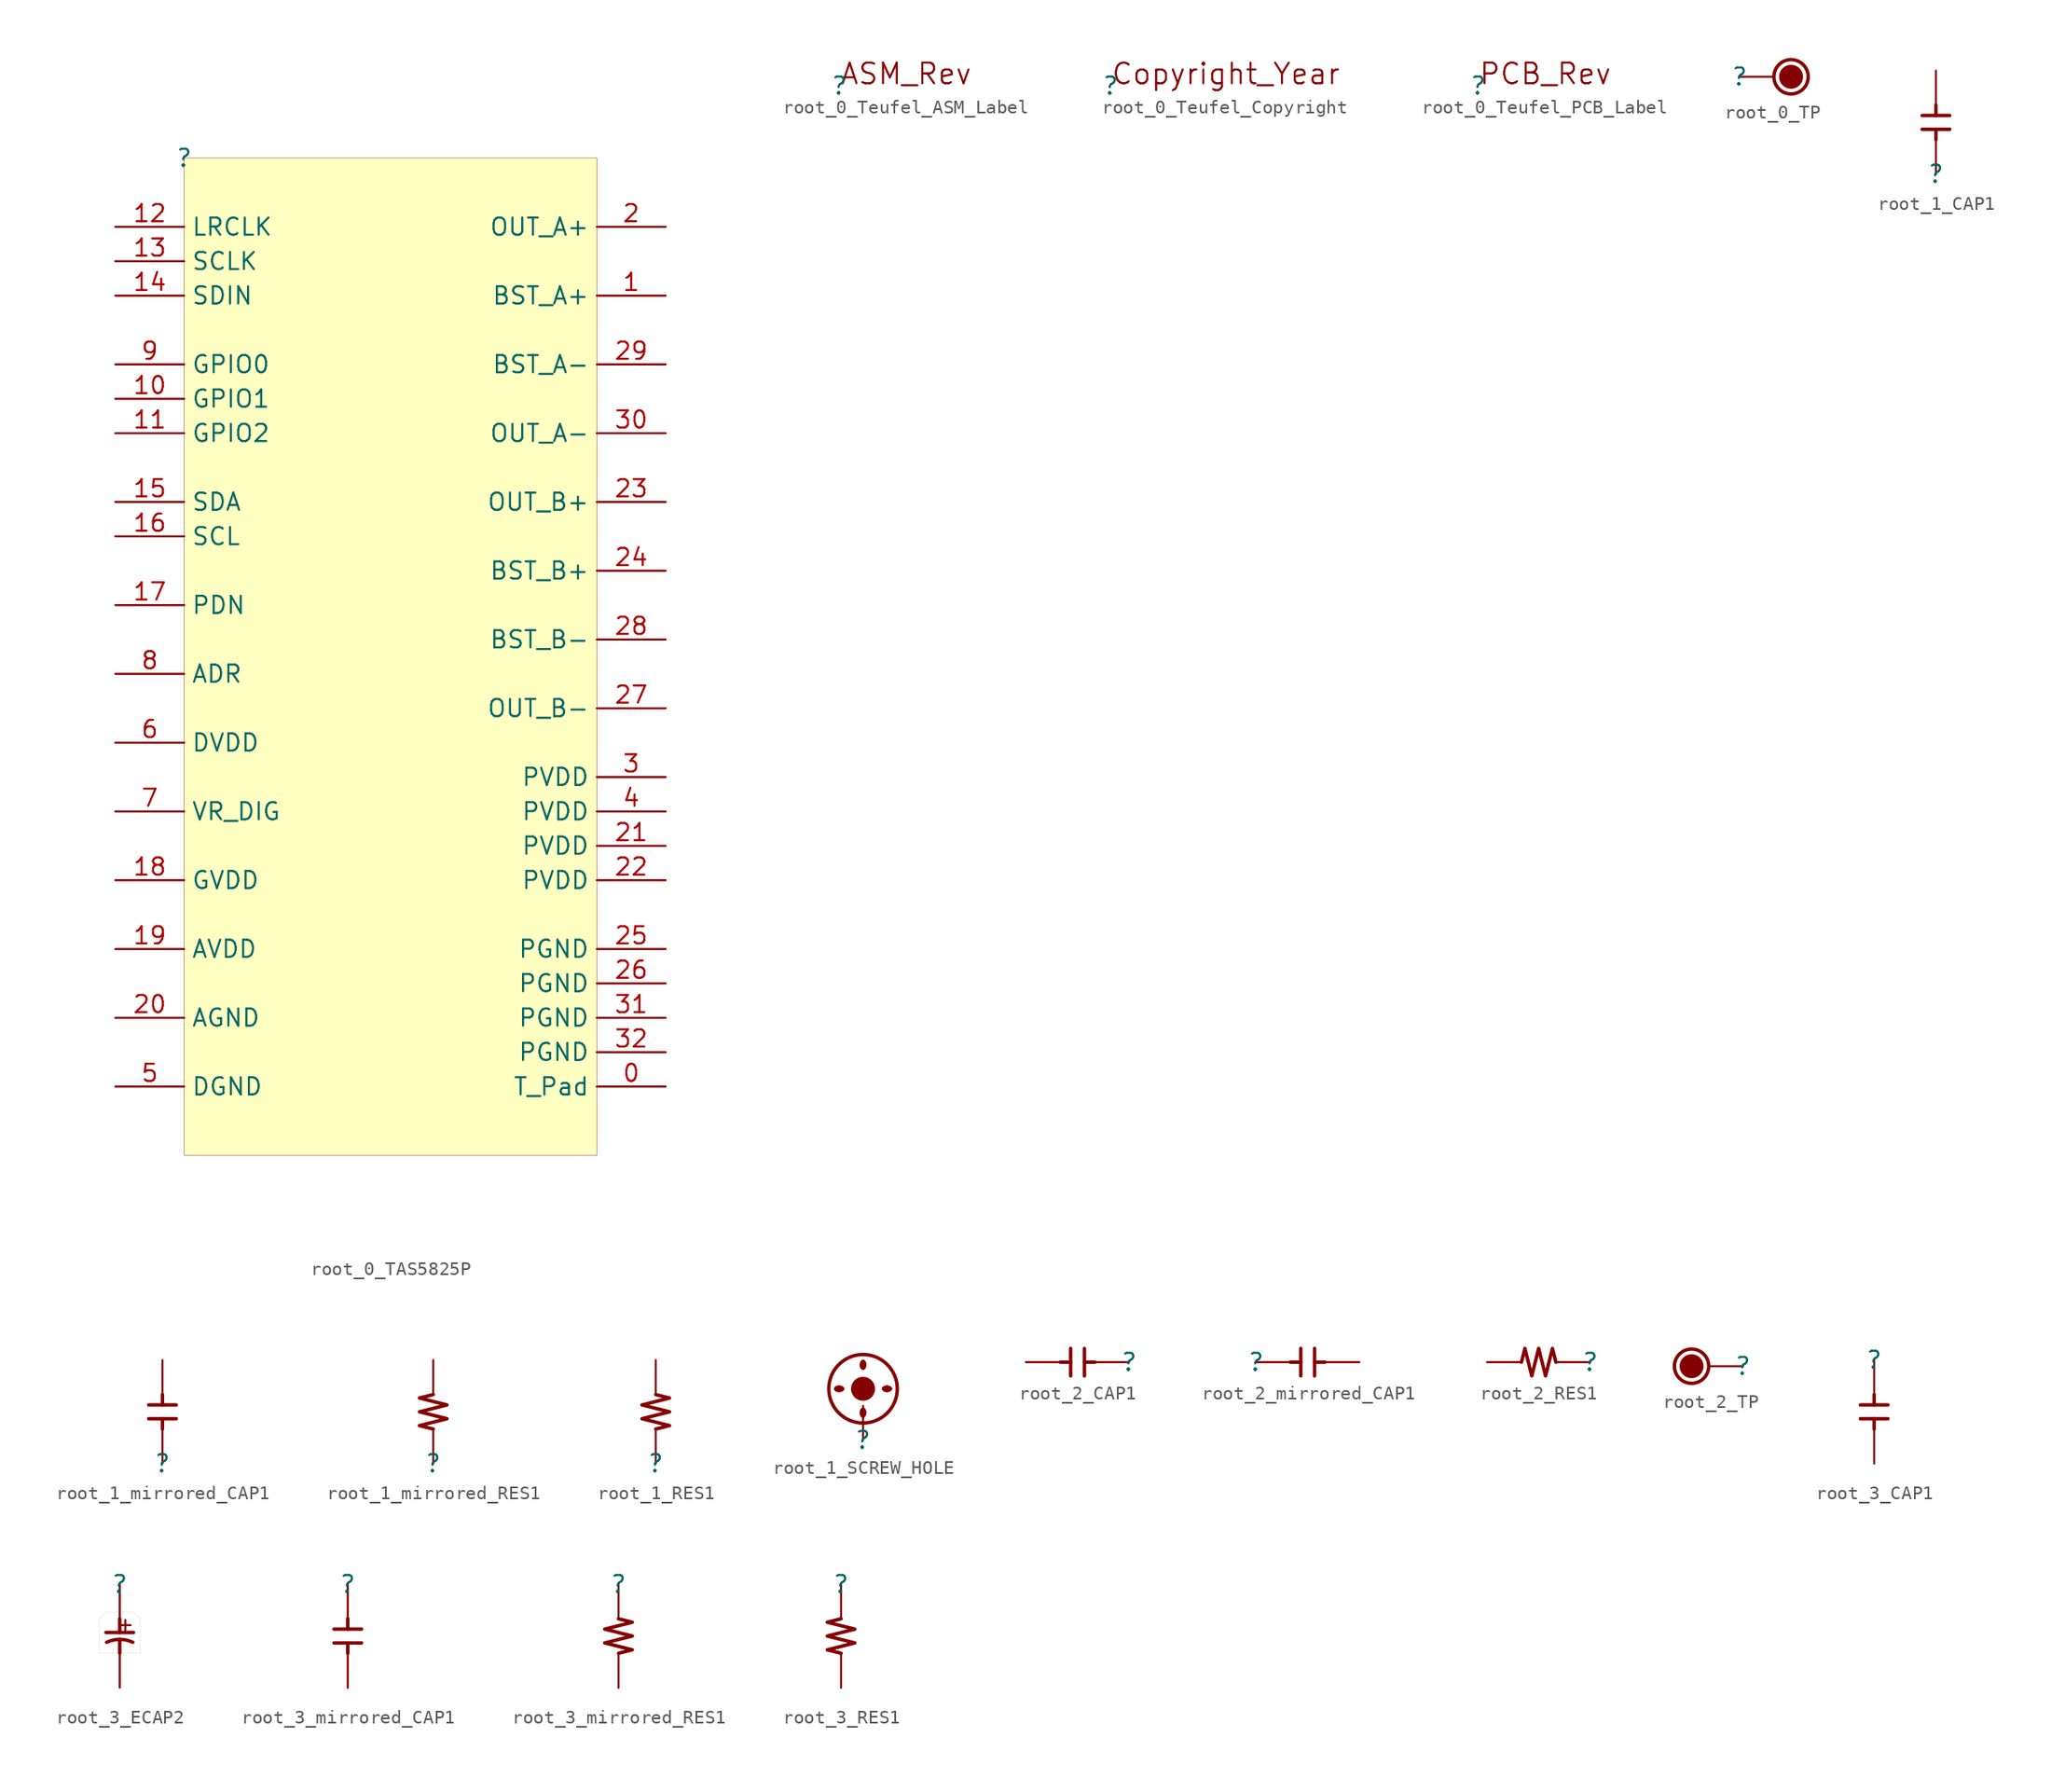
<source format=kicad_sym>
(kicad_symbol_lib
  (version 20231120)
  (generator "kicad_symbol_editor")
  (generator_version "8.0")
  (symbol "root_0_TAS5825P"
    (property "Reference" ""
      (at 0 0 0)
      (effects (font (size 1.27 1.27))))
    (property "Value" ""
      (at 0 0 0)
      (effects (font (size 1.27 1.27))))
    (symbol "root_0_TAS5825P_1_0"
      (rectangle (start 30.48 0) (end 0 -73.66) (stroke (width 0.025) (type solid) (color 128 0 0 1)) (fill (type background)))
      (pin passive line (at 35.56 -68.58 180) (length 5.08) (name "T_Pad" (effects (font (size 1.27 1.27)))) (number "0" (effects (font (size 1.27 1.27)))))
      (pin passive line (at 35.56 -10.16 180) (length 5.08) (name "BST_A+" (effects (font (size 1.27 1.27)))) (number "1" (effects (font (size 1.27 1.27)))))
      (pin passive line (at -5.08 -17.78 0) (length 5.08) (name "GPIO1" (effects (font (size 1.27 1.27)))) (number "10" (effects (font (size 1.27 1.27)))))
      (pin passive line (at -5.08 -20.32 0) (length 5.08) (name "GPIO2" (effects (font (size 1.27 1.27)))) (number "11" (effects (font (size 1.27 1.27)))))
      (pin passive line (at -5.08 -5.08 0) (length 5.08) (name "LRCLK" (effects (font (size 1.27 1.27)))) (number "12" (effects (font (size 1.27 1.27)))))
      (pin passive line (at -5.08 -7.62 0) (length 5.08) (name "SCLK" (effects (font (size 1.27 1.27)))) (number "13" (effects (font (size 1.27 1.27)))))
      (pin passive line (at -5.08 -10.16 0) (length 5.08) (name "SDIN" (effects (font (size 1.27 1.27)))) (number "14" (effects (font (size 1.27 1.27)))))
      (pin passive line (at -5.08 -25.4 0) (length 5.08) (name "SDA" (effects (font (size 1.27 1.27)))) (number "15" (effects (font (size 1.27 1.27)))))
      (pin passive line (at -5.08 -27.94 0) (length 5.08) (name "SCL" (effects (font (size 1.27 1.27)))) (number "16" (effects (font (size 1.27 1.27)))))
      (pin passive line (at -5.08 -33.02 0) (length 5.08) (name "PDN" (effects (font (size 1.27 1.27)))) (number "17" (effects (font (size 1.27 1.27)))))
      (pin passive line (at -5.08 -53.34 0) (length 5.08) (name "GVDD" (effects (font (size 1.27 1.27)))) (number "18" (effects (font (size 1.27 1.27)))))
      (pin passive line (at -5.08 -58.42 0) (length 5.08) (name "AVDD" (effects (font (size 1.27 1.27)))) (number "19" (effects (font (size 1.27 1.27)))))
      (pin passive line (at 35.56 -5.08 180) (length 5.08) (name "OUT_A+" (effects (font (size 1.27 1.27)))) (number "2" (effects (font (size 1.27 1.27)))))
      (pin passive line (at -5.08 -63.5 0) (length 5.08) (name "AGND" (effects (font (size 1.27 1.27)))) (number "20" (effects (font (size 1.27 1.27)))))
      (pin passive line (at 35.56 -50.8 180) (length 5.08) (name "PVDD" (effects (font (size 1.27 1.27)))) (number "21" (effects (font (size 1.27 1.27)))))
      (pin passive line (at 35.56 -53.34 180) (length 5.08) (name "PVDD" (effects (font (size 1.27 1.27)))) (number "22" (effects (font (size 1.27 1.27)))))
      (pin passive line (at 35.56 -25.4 180) (length 5.08) (name "OUT_B+" (effects (font (size 1.27 1.27)))) (number "23" (effects (font (size 1.27 1.27)))))
      (pin passive line (at 35.56 -30.48 180) (length 5.08) (name "BST_B+" (effects (font (size 1.27 1.27)))) (number "24" (effects (font (size 1.27 1.27)))))
      (pin passive line (at 35.56 -58.42 180) (length 5.08) (name "PGND" (effects (font (size 1.27 1.27)))) (number "25" (effects (font (size 1.27 1.27)))))
      (pin passive line (at 35.56 -60.96 180) (length 5.08) (name "PGND" (effects (font (size 1.27 1.27)))) (number "26" (effects (font (size 1.27 1.27)))))
      (pin passive line (at 35.56 -40.64 180) (length 5.08) (name "OUT_B-" (effects (font (size 1.27 1.27)))) (number "27" (effects (font (size 1.27 1.27)))))
      (pin passive line (at 35.56 -35.56 180) (length 5.08) (name "BST_B-" (effects (font (size 1.27 1.27)))) (number "28" (effects (font (size 1.27 1.27)))))
      (pin passive line (at 35.56 -15.24 180) (length 5.08) (name "BST_A-" (effects (font (size 1.27 1.27)))) (number "29" (effects (font (size 1.27 1.27)))))
      (pin passive line (at 35.56 -45.72 180) (length 5.08) (name "PVDD" (effects (font (size 1.27 1.27)))) (number "3" (effects (font (size 1.27 1.27)))))
      (pin passive line (at 35.56 -20.32 180) (length 5.08) (name "OUT_A-" (effects (font (size 1.27 1.27)))) (number "30" (effects (font (size 1.27 1.27)))))
      (pin passive line (at 35.56 -63.5 180) (length 5.08) (name "PGND" (effects (font (size 1.27 1.27)))) (number "31" (effects (font (size 1.27 1.27)))))
      (pin passive line (at 35.56 -66.04 180) (length 5.08) (name "PGND" (effects (font (size 1.27 1.27)))) (number "32" (effects (font (size 1.27 1.27)))))
      (pin passive line (at 35.56 -48.26 180) (length 5.08) (name "PVDD" (effects (font (size 1.27 1.27)))) (number "4" (effects (font (size 1.27 1.27)))))
      (pin passive line (at -5.08 -68.58 0) (length 5.08) (name "DGND" (effects (font (size 1.27 1.27)))) (number "5" (effects (font (size 1.27 1.27)))))
      (pin passive line (at -5.08 -43.18 0) (length 5.08) (name "DVDD" (effects (font (size 1.27 1.27)))) (number "6" (effects (font (size 1.27 1.27)))))
      (pin passive line (at -5.08 -48.26 0) (length 5.08) (name "VR_DIG" (effects (font (size 1.27 1.27)))) (number "7" (effects (font (size 1.27 1.27)))))
      (pin passive line (at -5.08 -38.1 0) (length 5.08) (name "ADR" (effects (font (size 1.27 1.27)))) (number "8" (effects (font (size 1.27 1.27)))))
      (pin passive line (at -5.08 -15.24 0) (length 5.08) (name "GPIO0" (effects (font (size 1.27 1.27)))) (number "9" (effects (font (size 1.27 1.27)))))))
  (symbol "root_0_Teufel_ASM_Label"
    (property "Reference" ""
      (at 0 0 0)
      (effects (font (size 1.27 1.27))))
    (property "Value" ""
      (at 0 0 0)
      (effects (font (size 1.27 1.27))))
    (symbol "root_0_Teufel_ASM_Label_1_0"
      (text "ASM_Rev" (at 0 0 0) (effects (font (size 1.524 1.524)) (justify left bottom)))))
  (symbol "root_0_Teufel_Copyright"
    (property "Reference" ""
      (at 0 0 0)
      (effects (font (size 1.27 1.27))))
    (property "Value" ""
      (at 0 0 0)
      (effects (font (size 1.27 1.27))))
    (symbol "root_0_Teufel_Copyright_1_0"
      (text "Copyright_Year" (at 0 0 0) (effects (font (size 1.524 1.524)) (justify left bottom)))))
  (symbol "root_0_Teufel_PCB_Label"
    (property "Reference" ""
      (at 0 0 0)
      (effects (font (size 1.27 1.27))))
    (property "Value" ""
      (at 0 0 0)
      (effects (font (size 1.27 1.27))))
    (symbol "root_0_Teufel_PCB_Label_1_0"
      (text "PCB_Rev" (at 0 0 0) (effects (font (size 1.524 1.524)) (justify left bottom)))))
  (symbol "root_0_TP"
    (property "Reference" ""
      (at 0 0 0)
      (effects (font (size 1.27 1.27))))
    (property "Value" ""
      (at 0 0 0)
      (effects (font (size 1.27 1.27))))
    (symbol "root_0_TP_1_0"
      (circle (center 3.81 0) (radius 0.762) (stroke (width 0.254) (type solid)) (fill (type outline)))
      (circle (center 3.81 0) (radius 1.27) (stroke (width 0.254) (type solid)) (fill (type none)))
      (pin passive line (at 0 0 0) (length 2.54) (name "1" (effects (font (size 0 0)))) (number "1" (effects (font (size 0 0)))))))
  (symbol "root_1_CAP1"
    (property "Reference" ""
      (at 0 0 0)
      (effects (font (size 1.27 1.27))))
    (property "Value" ""
      (at 0 0 0)
      (effects (font (size 1.27 1.27))))
    (symbol "root_1_CAP1_1_0"
      (polyline (pts (xy -1.016 3.302) (xy 1.016 3.302)) (stroke (width 0.254) (type solid)) (fill (type none)))
      (polyline (pts (xy -1.016 4.318) (xy 1.016 4.318)) (stroke (width 0.254) (type solid)) (fill (type none)))
      (polyline (pts (xy 0 2.54) (xy 0 3.302)) (stroke (width 0.254) (type solid)) (fill (type none)))
      (polyline (pts (xy 0 5.08) (xy 0 4.318)) (stroke (width 0.254) (type solid)) (fill (type none)))
      (pin passive line (at 0 0 90) (length 2.54) (name "1" (effects (font (size 0 0)))) (number "1" (effects (font (size 0 0)))))
      (pin passive line (at 0 7.62 270) (length 2.54) (name "2" (effects (font (size 0 0)))) (number "2" (effects (font (size 0 0)))))))
  (symbol "root_1_mirrored_CAP1"
    (property "Reference" ""
      (at 0 0 0)
      (effects (font (size 1.27 1.27))))
    (property "Value" ""
      (at 0 0 0)
      (effects (font (size 1.27 1.27))))
    (symbol "root_1_mirrored_CAP1_1_0"
      (polyline (pts (xy 0 2.54) (xy 0 3.302)) (stroke (width 0.254) (type solid)) (fill (type none)))
      (polyline (pts (xy 0 5.08) (xy 0 4.318)) (stroke (width 0.254) (type solid)) (fill (type none)))
      (polyline (pts (xy 1.016 3.302) (xy -1.016 3.302)) (stroke (width 0.254) (type solid)) (fill (type none)))
      (polyline (pts (xy 1.016 4.318) (xy -1.016 4.318)) (stroke (width 0.254) (type solid)) (fill (type none)))
      (pin passive line (at 0 0 90) (length 2.54) (name "1" (effects (font (size 0 0)))) (number "1" (effects (font (size 0 0)))))
      (pin passive line (at 0 7.62 270) (length 2.54) (name "2" (effects (font (size 0 0)))) (number "2" (effects (font (size 0 0)))))))
  (symbol "root_1_mirrored_RES1"
    (property "Reference" ""
      (at 0 0 0)
      (effects (font (size 1.27 1.27))))
    (property "Value" ""
      (at 0 0 0)
      (effects (font (size 1.27 1.27))))
    (symbol "root_1_mirrored_RES1_1_0"
      (polyline (pts (xy 0 2.54) (xy -1.016 2.794) (xy 1.016 3.302) (xy -1.016 3.81) (xy 1.016 4.318) (xy -1.016 4.826) (xy 0 5.08)) (stroke (width 0.254) (type solid)) (fill (type none)))
      (pin passive line (at 0 0 90) (length 2.54) (name "1" (effects (font (size 0 0)))) (number "1" (effects (font (size 0 0)))))
      (pin passive line (at 0 7.62 270) (length 2.54) (name "2" (effects (font (size 0 0)))) (number "2" (effects (font (size 0 0)))))))
  (symbol "root_1_RES1"
    (property "Reference" ""
      (at 0 0 0)
      (effects (font (size 1.27 1.27))))
    (property "Value" ""
      (at 0 0 0)
      (effects (font (size 1.27 1.27))))
    (symbol "root_1_RES1_1_0"
      (polyline (pts (xy 0 2.54) (xy 1.016 2.794) (xy -1.016 3.302) (xy 1.016 3.81) (xy -1.016 4.318) (xy 1.016 4.826) (xy 0 5.08)) (stroke (width 0.254) (type solid)) (fill (type none)))
      (pin passive line (at 0 0 90) (length 2.54) (name "1" (effects (font (size 0 0)))) (number "1" (effects (font (size 0 0)))))
      (pin passive line (at 0 7.62 270) (length 2.54) (name "2" (effects (font (size 0 0)))) (number "2" (effects (font (size 0 0)))))))
  (symbol "root_1_SCREW_HOLE"
    (property "Reference" ""
      (at 0 0 0)
      (effects (font (size 1.27 1.27))))
    (property "Value" ""
      (at 0 0 0)
      (effects (font (size 1.27 1.27))))
    (symbol "root_1_SCREW_HOLE_1_0"
      (bezier (pts (xy -2.032 3.81) (xy -2.032 3.74) (xy -1.918 3.683) (xy -1.778 3.683)) (stroke (width 0.254) (type solid)) (fill (type outline)))
      (bezier (pts (xy -1.778 3.683) (xy -1.638 3.683) (xy -1.524 3.74) (xy -1.524 3.81)) (stroke (width 0.254) (type solid)) (fill (type outline)))
      (bezier (pts (xy -1.778 3.937) (xy -1.918 3.937) (xy -2.032 3.88) (xy -2.032 3.81)) (stroke (width 0.254) (type solid)) (fill (type outline)))
      (bezier (pts (xy -1.524 3.81) (xy -1.524 3.88) (xy -1.638 3.937) (xy -1.778 3.937)) (stroke (width 0.254) (type solid)) (fill (type outline)))
      (bezier (pts (xy -0.127 2.032) (xy -0.127 1.892) (xy -0.07 1.778) (xy 0 1.778)) (stroke (width 0.254) (type solid)) (fill (type outline)))
      (bezier (pts (xy -0.127 5.588) (xy -0.127 5.448) (xy -0.07 5.334) (xy 0 5.334)) (stroke (width 0.254) (type solid)) (fill (type outline)))
      (polyline (pts (xy -1.524 3.81) (xy -1.778 3.937) (xy -2.032 3.81) (xy -1.778 3.683) (xy -1.524 3.81)) (stroke (width -0.0001) (type default)) (fill (type outline)))
      (polyline (pts (xy 0.127 2.032) (xy 0 2.286) (xy -0.127 2.032) (xy 0 1.778) (xy 0.127 2.032)) (stroke (width -0.0001) (type default)) (fill (type outline)))
      (polyline (pts (xy 0.127 5.588) (xy 0 5.842) (xy -0.127 5.588) (xy 0 5.334) (xy 0.127 5.588)) (stroke (width -0.0001) (type default)) (fill (type outline)))
      (polyline (pts (xy 2.032 3.81) (xy 1.778 3.937) (xy 1.524 3.81) (xy 1.778 3.683) (xy 2.032 3.81)) (stroke (width -0.0001) (type default)) (fill (type outline)))
      (bezier (pts (xy 0 1.778) (xy 0.07 1.778) (xy 0.127 1.892) (xy 0.127 2.032)) (stroke (width 0.254) (type solid)) (fill (type outline)))
      (bezier (pts (xy 0 2.286) (xy -0.07 2.286) (xy -0.127 2.172) (xy -0.127 2.032)) (stroke (width 0.254) (type solid)) (fill (type outline)))
      (circle (center 0 3.81) (radius 0.762) (stroke (width 0.254) (type solid)) (fill (type outline)))
      (circle (center 0 3.81) (radius 2.54) (stroke (width 0.254) (type solid)) (fill (type none)))
      (bezier (pts (xy 0 5.334) (xy 0.07 5.334) (xy 0.127 5.448) (xy 0.127 5.588)) (stroke (width 0.254) (type solid)) (fill (type outline)))
      (bezier (pts (xy 0 5.842) (xy -0.07 5.842) (xy -0.127 5.728) (xy -0.127 5.588)) (stroke (width 0.254) (type solid)) (fill (type outline)))
      (bezier (pts (xy 0.127 2.032) (xy 0.127 2.172) (xy 0.07 2.286) (xy 0 2.286)) (stroke (width 0.254) (type solid)) (fill (type outline)))
      (bezier (pts (xy 0.127 5.588) (xy 0.127 5.728) (xy 0.07 5.842) (xy 0 5.842)) (stroke (width 0.254) (type solid)) (fill (type outline)))
      (bezier (pts (xy 1.524 3.81) (xy 1.524 3.74) (xy 1.638 3.683) (xy 1.778 3.683)) (stroke (width 0.254) (type solid)) (fill (type outline)))
      (bezier (pts (xy 1.778 3.683) (xy 1.918 3.683) (xy 2.032 3.74) (xy 2.032 3.81)) (stroke (width 0.254) (type solid)) (fill (type outline)))
      (bezier (pts (xy 1.778 3.937) (xy 1.638 3.937) (xy 1.524 3.88) (xy 1.524 3.81)) (stroke (width 0.254) (type solid)) (fill (type outline)))
      (bezier (pts (xy 2.032 3.81) (xy 2.032 3.88) (xy 1.918 3.937) (xy 1.778 3.937)) (stroke (width 0.254) (type solid)) (fill (type outline)))
      (pin passive line (at 0 0 90) (length 2.54) (name "1" (effects (font (size 0 0)))) (number "1" (effects (font (size 0 0)))))))
  (symbol "root_2_CAP1"
    (property "Reference" ""
      (at 0 0 0)
      (effects (font (size 1.27 1.27))))
    (property "Value" ""
      (at 0 0 0)
      (effects (font (size 1.27 1.27))))
    (symbol "root_2_CAP1_1_0"
      (polyline (pts (xy -5.08 0) (xy -4.318 0)) (stroke (width 0.254) (type solid)) (fill (type none)))
      (polyline (pts (xy -4.318 -1.016) (xy -4.318 1.016)) (stroke (width 0.254) (type solid)) (fill (type none)))
      (polyline (pts (xy -3.302 -1.016) (xy -3.302 1.016)) (stroke (width 0.254) (type solid)) (fill (type none)))
      (polyline (pts (xy -2.54 0) (xy -3.302 0)) (stroke (width 0.254) (type solid)) (fill (type none)))
      (pin passive line (at 0 0 180) (length 2.54) (name "1" (effects (font (size 0 0)))) (number "1" (effects (font (size 0 0)))))
      (pin passive line (at -7.62 0 0) (length 2.54) (name "2" (effects (font (size 0 0)))) (number "2" (effects (font (size 0 0)))))))
  (symbol "root_2_mirrored_CAP1"
    (property "Reference" ""
      (at 0 0 0)
      (effects (font (size 1.27 1.27))))
    (property "Value" ""
      (at 0 0 0)
      (effects (font (size 1.27 1.27))))
    (symbol "root_2_mirrored_CAP1_1_0"
      (polyline (pts (xy 2.54 0) (xy 3.302 0)) (stroke (width 0.254) (type solid)) (fill (type none)))
      (polyline (pts (xy 3.302 -1.016) (xy 3.302 1.016)) (stroke (width 0.254) (type solid)) (fill (type none)))
      (polyline (pts (xy 4.318 -1.016) (xy 4.318 1.016)) (stroke (width 0.254) (type solid)) (fill (type none)))
      (polyline (pts (xy 5.08 0) (xy 4.318 0)) (stroke (width 0.254) (type solid)) (fill (type none)))
      (pin passive line (at 0 0 0) (length 2.54) (name "1" (effects (font (size 0 0)))) (number "1" (effects (font (size 0 0)))))
      (pin passive line (at 7.62 0 180) (length 2.54) (name "2" (effects (font (size 0 0)))) (number "2" (effects (font (size 0 0)))))))
  (symbol "root_2_RES1"
    (property "Reference" ""
      (at 0 0 0)
      (effects (font (size 1.27 1.27))))
    (property "Value" ""
      (at 0 0 0)
      (effects (font (size 1.27 1.27))))
    (symbol "root_2_RES1_1_0"
      (polyline (pts (xy -2.54 0) (xy -2.794 1.016) (xy -3.302 -1.016) (xy -3.81 1.016) (xy -4.318 -1.016) (xy -4.826 1.016) (xy -5.08 0)) (stroke (width 0.254) (type solid)) (fill (type none)))
      (pin passive line (at 0 0 180) (length 2.54) (name "1" (effects (font (size 0 0)))) (number "1" (effects (font (size 0 0)))))
      (pin passive line (at -7.62 0 0) (length 2.54) (name "2" (effects (font (size 0 0)))) (number "2" (effects (font (size 0 0)))))))
  (symbol "root_2_TP"
    (property "Reference" ""
      (at 0 0 0)
      (effects (font (size 1.27 1.27))))
    (property "Value" ""
      (at 0 0 0)
      (effects (font (size 1.27 1.27))))
    (symbol "root_2_TP_1_0"
      (circle (center -3.81 0) (radius 0.762) (stroke (width 0.254) (type solid)) (fill (type outline)))
      (circle (center -3.81 0) (radius 1.27) (stroke (width 0.254) (type solid)) (fill (type none)))
      (pin passive line (at 0 0 180) (length 2.54) (name "1" (effects (font (size 0 0)))) (number "1" (effects (font (size 0 0)))))))
  (symbol "root_3_CAP1"
    (property "Reference" ""
      (at 0 0 0)
      (effects (font (size 1.27 1.27))))
    (property "Value" ""
      (at 0 0 0)
      (effects (font (size 1.27 1.27))))
    (symbol "root_3_CAP1_1_0"
      (polyline (pts (xy 0 -5.08) (xy 0 -4.318)) (stroke (width 0.254) (type solid)) (fill (type none)))
      (polyline (pts (xy 0 -2.54) (xy 0 -3.302)) (stroke (width 0.254) (type solid)) (fill (type none)))
      (polyline (pts (xy 1.016 -4.318) (xy -1.016 -4.318)) (stroke (width 0.254) (type solid)) (fill (type none)))
      (polyline (pts (xy 1.016 -3.302) (xy -1.016 -3.302)) (stroke (width 0.254) (type solid)) (fill (type none)))
      (pin passive line (at 0 0 270) (length 2.54) (name "1" (effects (font (size 0 0)))) (number "1" (effects (font (size 0 0)))))
      (pin passive line (at 0 -7.62 90) (length 2.54) (name "2" (effects (font (size 0 0)))) (number "2" (effects (font (size 0 0)))))))
  (symbol "root_3_ECAP2"
    (property "Reference" ""
      (at 0 0 0)
      (effects (font (size 1.27 1.27))))
    (property "Value" ""
      (at 0 0 0)
      (effects (font (size 1.27 1.27))))
    (symbol "root_3_ECAP2_1_0"
      (polyline (pts (xy 0 -5.08) (xy 0 -4.064)) (stroke (width 0.254) (type solid)) (fill (type none)))
      (polyline (pts (xy 0 -3.556) (xy 0 -2.54)) (stroke (width 0.254) (type solid)) (fill (type none)))
      (polyline (pts (xy 1.016 -3.556) (xy -1.016 -3.556)) (stroke (width 0.254) (type solid)) (fill (type none)))
      (polyline (pts (xy 1.524 -5.08) (xy -1.524 -5.08) (xy -1.524 -2.54) (xy -1.016 -2.032) (xy 1.016 -2.032) (xy 1.524 -2.54) (xy 1.524 -5.08)) (stroke (width 0.025) (type dot)) (fill (type none)))
      (arc (start 0.9661 -4.2782) (mid 0 -4.064) (end -0.9661 -4.2782) (stroke (width 0.254) (type solid)) (fill (type none)))
      (text "+" (at -0.254 -2.286 900) (effects (font (size 1.016 1.016)) (justify right top)))
      (pin passive line (at 0 0 270) (length 2.54) (name "1" (effects (font (size 0 0)))) (number "1" (effects (font (size 0 0)))))
      (pin passive line (at 0 -7.62 90) (length 2.54) (name "2" (effects (font (size 0 0)))) (number "2" (effects (font (size 0 0)))))))
  (symbol "root_3_mirrored_CAP1"
    (property "Reference" ""
      (at 0 0 0)
      (effects (font (size 1.27 1.27))))
    (property "Value" ""
      (at 0 0 0)
      (effects (font (size 1.27 1.27))))
    (symbol "root_3_mirrored_CAP1_1_0"
      (polyline (pts (xy -1.016 -4.318) (xy 1.016 -4.318)) (stroke (width 0.254) (type solid)) (fill (type none)))
      (polyline (pts (xy -1.016 -3.302) (xy 1.016 -3.302)) (stroke (width 0.254) (type solid)) (fill (type none)))
      (polyline (pts (xy 0 -5.08) (xy 0 -4.318)) (stroke (width 0.254) (type solid)) (fill (type none)))
      (polyline (pts (xy 0 -2.54) (xy 0 -3.302)) (stroke (width 0.254) (type solid)) (fill (type none)))
      (pin passive line (at 0 0 270) (length 2.54) (name "1" (effects (font (size 0 0)))) (number "1" (effects (font (size 0 0)))))
      (pin passive line (at 0 -7.62 90) (length 2.54) (name "2" (effects (font (size 0 0)))) (number "2" (effects (font (size 0 0)))))))
  (symbol "root_3_mirrored_RES1"
    (property "Reference" ""
      (at 0 0 0)
      (effects (font (size 1.27 1.27))))
    (property "Value" ""
      (at 0 0 0)
      (effects (font (size 1.27 1.27))))
    (symbol "root_3_mirrored_RES1_1_0"
      (polyline (pts (xy 0 -2.54) (xy 1.016 -2.794) (xy -1.016 -3.302) (xy 1.016 -3.81) (xy -1.016 -4.318) (xy 1.016 -4.826) (xy 0 -5.08)) (stroke (width 0.254) (type solid)) (fill (type none)))
      (pin passive line (at 0 0 270) (length 2.54) (name "1" (effects (font (size 0 0)))) (number "1" (effects (font (size 0 0)))))
      (pin passive line (at 0 -7.62 90) (length 2.54) (name "2" (effects (font (size 0 0)))) (number "2" (effects (font (size 0 0)))))))
  (symbol "root_3_RES1"
    (property "Reference" ""
      (at 0 0 0)
      (effects (font (size 1.27 1.27))))
    (property "Value" ""
      (at 0 0 0)
      (effects (font (size 1.27 1.27))))
    (symbol "root_3_RES1_1_0"
      (polyline (pts (xy 0 -2.54) (xy -1.016 -2.794) (xy 1.016 -3.302) (xy -1.016 -3.81) (xy 1.016 -4.318) (xy -1.016 -4.826) (xy 0 -5.08)) (stroke (width 0.254) (type solid)) (fill (type none)))
      (pin passive line (at 0 0 270) (length 2.54) (name "1" (effects (font (size 0 0)))) (number "1" (effects (font (size 0 0)))))
      (pin passive line (at 0 -7.62 90) (length 2.54) (name "2" (effects (font (size 0 0)))) (number "2" (effects (font (size 0 0))))))))
</source>
